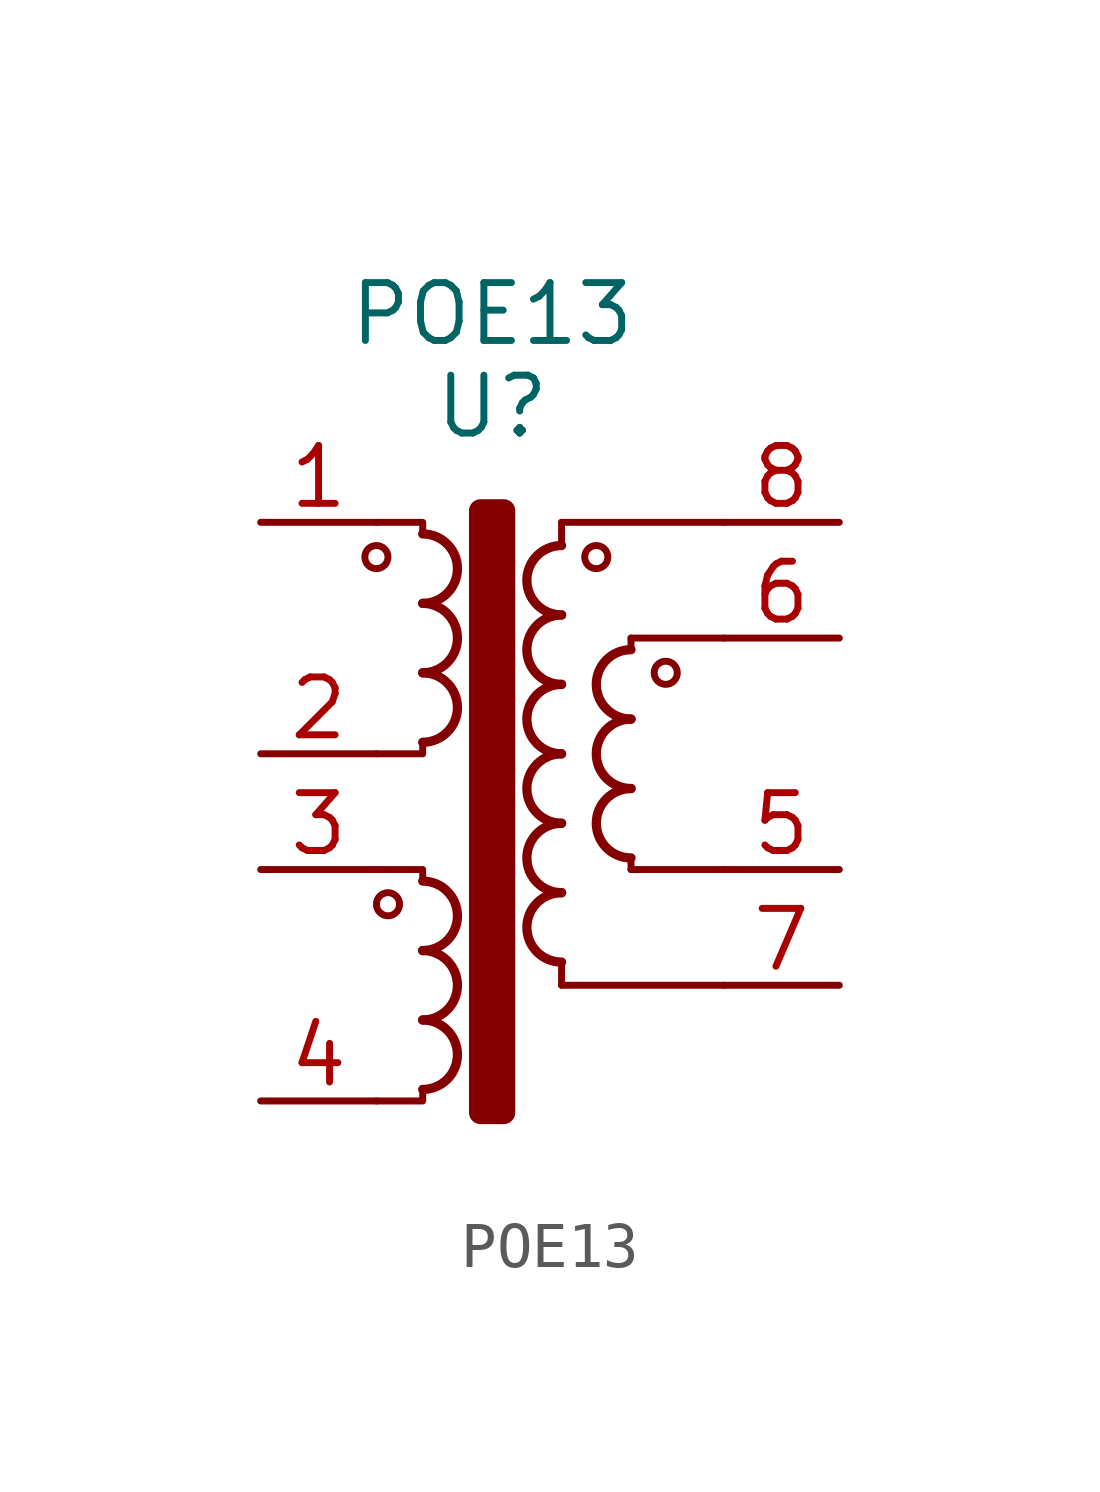
<source format=kicad_sym>
(kicad_symbol_lib
  (version 20211014)
  (generator kicad_symbol_editor)
  (symbol "POE13"
    (property "Reference" "U"
      (at 0 0 0)
      (effects (font (size 1.27 1.27))))
    (property "Value" "POE13"
      (at 0 2.032 0)
      (effects (font (size 1.27 1.27))))
    (symbol "POE13_0_1"
      (circle (center -2.54 -3.302) (radius 0.254) (stroke (width 0) (type default) (color 0 0 0 0)) (fill (type none)))
      (circle (center -2.286 -10.922) (radius 0.254) (stroke (width 0) (type default) (color 0 0 0 0)) (fill (type none)))
      (arc (start -1.524 -14.986) (mid -0.762 -14.224) (end -1.524 -13.462) (stroke (width 0.2032) (type default) (color 0 0 0 0)) (fill (type none)))
      (arc (start -1.524 -13.462) (mid -0.762 -12.7) (end -1.524 -11.938) (stroke (width 0.2032) (type default) (color 0 0 0 0)) (fill (type none)))
      (arc (start -1.524 -11.938) (mid -0.762 -11.176) (end -1.524 -10.414) (stroke (width 0.2032) (type default) (color 0 0 0 0)) (fill (type none)))
      (arc (start -1.524 -7.366) (mid -0.762 -6.604) (end -1.524 -5.842) (stroke (width 0.2032) (type default) (color 0 0 0 0)) (fill (type none)))
      (arc (start -1.524 -5.842) (mid -0.762 -5.08) (end -1.524 -4.318) (stroke (width 0.2032) (type default) (color 0 0 0 0)) (fill (type none)))
      (arc (start -1.524 -4.318) (mid -0.762 -3.556) (end -1.524 -2.794) (stroke (width 0.2032) (type default) (color 0 0 0 0)) (fill (type none)))
      (rectangle (start -0.254 -2.286) (end 0.254 -15.494) (stroke (width 0.508) (type default) (color 0 0 0 0)) (fill (type outline)))
      (polyline (pts (xy 1.524 -12.7) (xy 1.524 -12.192) (xy 1.524 -12.192)) (stroke (width 0) (type default) (color 0 0 0 0)) (fill (type outline)))
      (polyline (pts (xy 1.524 -12.7) (xy 5.08 -12.7) (xy 2.54 -12.7)) (stroke (width 0) (type default) (color 0 0 0 0)) (fill (type none)))
      (polyline (pts (xy 1.524 -2.54) (xy 1.524 -3.048) (xy 1.524 -3.048)) (stroke (width 0) (type default) (color 0 0 0 0)) (fill (type outline)))
      (polyline (pts (xy 1.524 -2.54) (xy 5.08 -2.54) (xy 2.54 -2.54)) (stroke (width 0) (type default) (color 0 0 0 0)) (fill (type none)))
      (polyline (pts (xy 3.048 -9.906) (xy 3.048 -10.16) (xy 3.048 -10.16)) (stroke (width 0) (type default) (color 0 0 0 0)) (fill (type outline)))
      (polyline (pts (xy 3.048 -5.08) (xy 3.048 -5.334) (xy 3.048 -5.334)) (stroke (width 0) (type default) (color 0 0 0 0)) (fill (type outline)))
      (polyline (pts (xy 3.048 -5.08) (xy 4.064 -5.08) (xy 5.08 -5.08)) (stroke (width 0) (type default) (color 0 0 0 0)) (fill (type none)))
      (polyline (pts (xy 5.08 -10.16) (xy 3.048 -10.16) (xy 3.048 -10.16)) (stroke (width 0) (type default) (color 0 0 0 0)) (fill (type none)))
      (polyline (pts (xy -1.524 -14.986) (xy -1.524 -15.24) (xy -2.54 -15.24) (xy -2.54 -15.24)) (stroke (width 0) (type default) (color 0 0 0 0)) (fill (type none)))
      (polyline (pts (xy -1.524 -10.414) (xy -1.524 -10.16) (xy -2.54 -10.16) (xy -2.54 -10.16)) (stroke (width 0) (type default) (color 0 0 0 0)) (fill (type none)))
      (polyline (pts (xy -1.524 -7.366) (xy -1.524 -7.62) (xy -2.54 -7.62) (xy -2.54 -7.62)) (stroke (width 0) (type default) (color 0 0 0 0)) (fill (type none)))
      (polyline (pts (xy -1.524 -2.794) (xy -1.524 -2.54) (xy -2.54 -2.54) (xy -2.54 -2.54)) (stroke (width 0) (type default) (color 0 0 0 0)) (fill (type none)))
      (arc (start 1.524 -10.668) (mid 0.762 -11.43) (end 1.524 -12.192) (stroke (width 0.2032) (type default) (color 0 0 0 0)) (fill (type none)))
      (arc (start 1.524 -9.144) (mid 0.762 -9.906) (end 1.524 -10.668) (stroke (width 0.2032) (type default) (color 0 0 0 0)) (fill (type none)))
      (arc (start 1.524 -7.62) (mid 0.762 -8.382) (end 1.524 -9.144) (stroke (width 0.2032) (type default) (color 0 0 0 0)) (fill (type none)))
      (arc (start 1.524 -6.096) (mid 0.762 -6.858) (end 1.524 -7.62) (stroke (width 0.2032) (type default) (color 0 0 0 0)) (fill (type none)))
      (arc (start 1.524 -4.572) (mid 0.762 -5.334) (end 1.524 -6.096) (stroke (width 0.2032) (type default) (color 0 0 0 0)) (fill (type none)))
      (arc (start 1.524 -3.048) (mid 0.762 -3.81) (end 1.524 -4.572) (stroke (width 0.2032) (type default) (color 0 0 0 0)) (fill (type none)))
      (circle (center 2.286 -3.302) (radius 0.254) (stroke (width 0) (type default) (color 0 0 0 0)) (fill (type none)))
      (arc (start 3.048 -8.382) (mid 2.286 -9.144) (end 3.048 -9.906) (stroke (width 0.2032) (type default) (color 0 0 0 0)) (fill (type none)))
      (arc (start 3.048 -6.858) (mid 2.286 -7.62) (end 3.048 -8.382) (stroke (width 0.2032) (type default) (color 0 0 0 0)) (fill (type none)))
      (arc (start 3.048 -5.334) (mid 2.286 -6.096) (end 3.048 -6.858) (stroke (width 0.2032) (type default) (color 0 0 0 0)) (fill (type none)))
      (circle (center 3.81 -5.842) (radius 0.254) (stroke (width 0) (type default) (color 0 0 0 0)) (fill (type none))))
    (symbol "POE13_1_1"
      (pin passive line (at -5.08 -2.54 0) (length 2.54) (name "~" (effects (font (size 1.27 1.27)))) (number "1" (effects (font (size 1.27 1.27)))))
      (pin passive line (at -5.08 -7.62 0) (length 2.54) (name "~" (effects (font (size 1.27 1.27)))) (number "2" (effects (font (size 1.27 1.27)))))
      (pin passive line (at -5.08 -10.16 0) (length 2.54) (name "~" (effects (font (size 1.27 1.27)))) (number "3" (effects (font (size 1.27 1.27)))))
      (pin passive line (at -5.08 -15.24 0) (length 2.54) (name "~" (effects (font (size 1.27 1.27)))) (number "4" (effects (font (size 1.27 1.27)))))
      (pin passive line (at 7.62 -10.16 180) (length 2.54) (name "~" (effects (font (size 1.27 1.27)))) (number "5" (effects (font (size 1.27 1.27)))))
      (pin passive line (at 7.62 -5.08 180) (length 2.54) (name "~" (effects (font (size 1.27 1.27)))) (number "6" (effects (font (size 1.27 1.27)))))
      (pin passive line (at 7.62 -12.7 180) (length 2.54) (name "~" (effects (font (size 1.27 1.27)))) (number "7" (effects (font (size 1.27 1.27)))))
      (pin passive line (at 7.62 -2.54 180) (length 2.54) (name "~" (effects (font (size 1.27 1.27)))) (number "8" (effects (font (size 1.27 1.27))))))))
</source>
